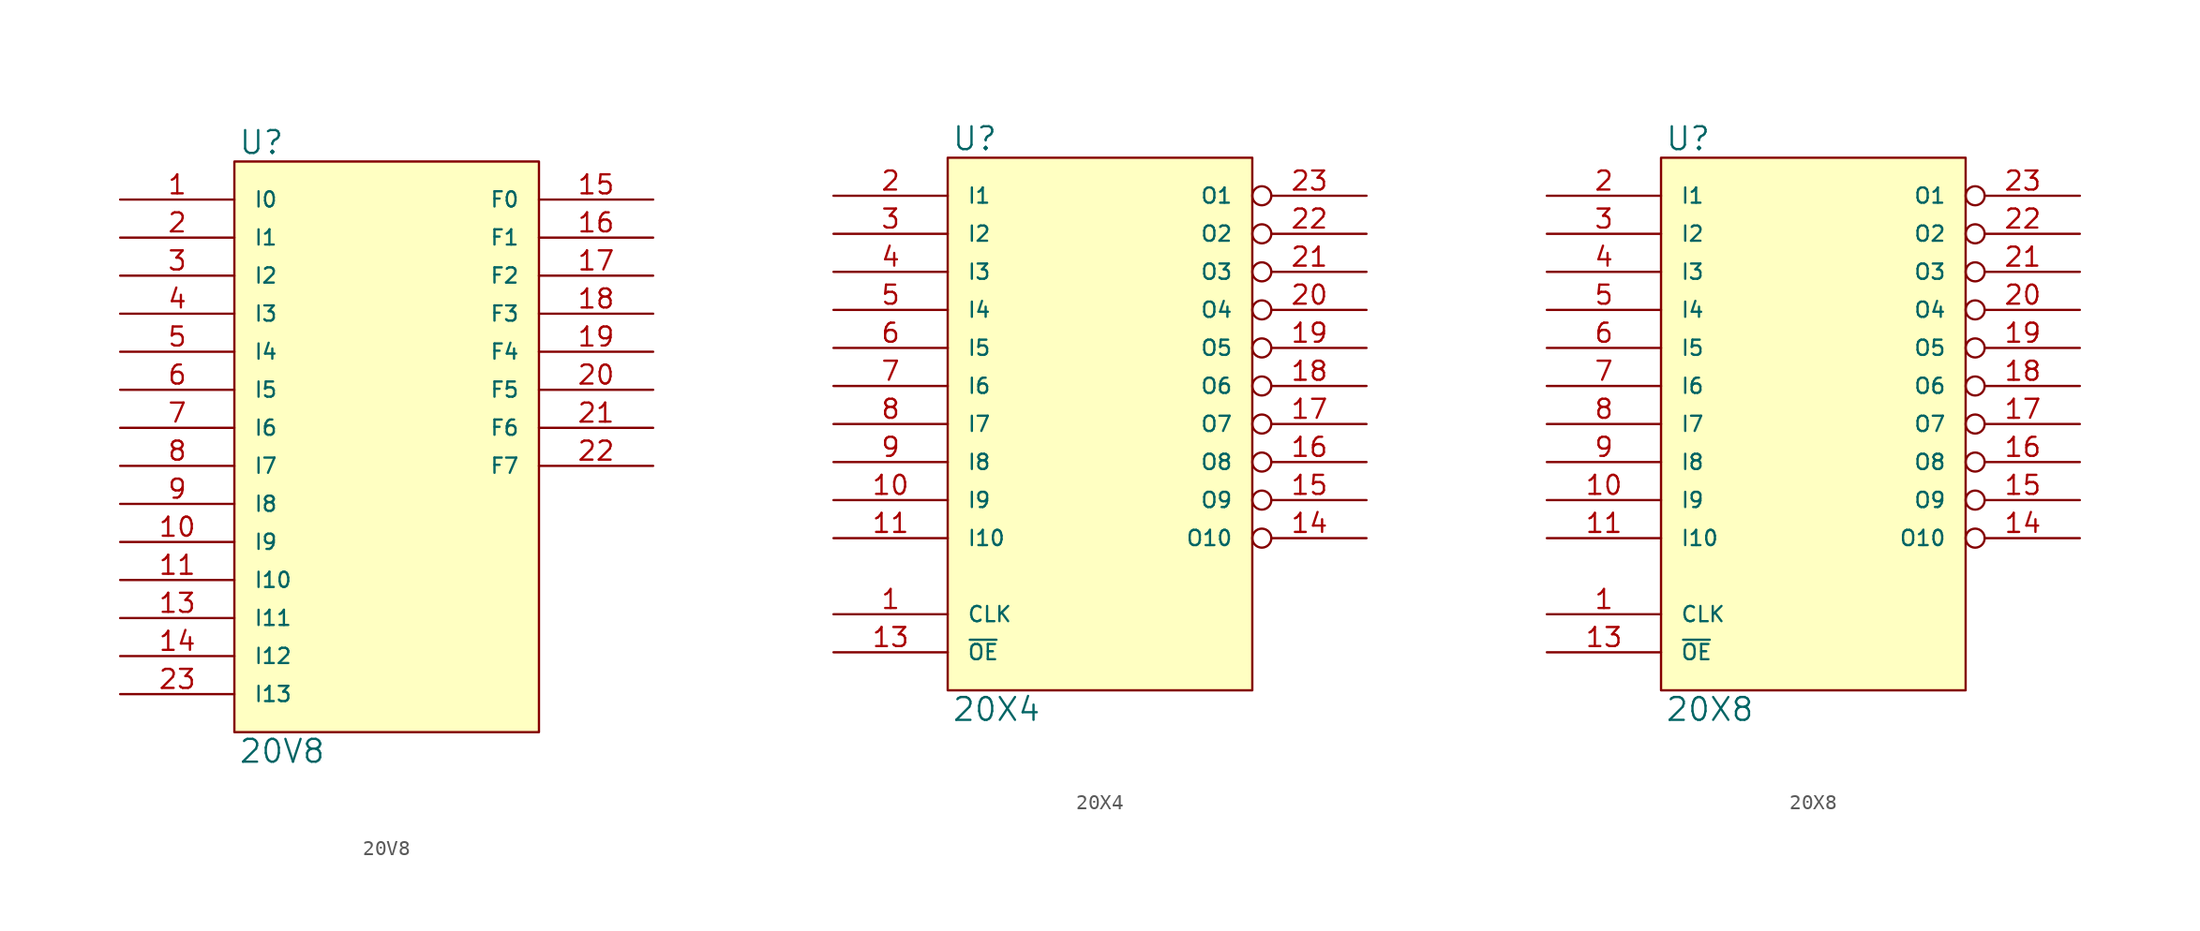
<source format=kicad_sym>
(kicad_symbol_lib
  (version 20231120)
  (generator "kicad_symbol_editor")
  (generator_version "8.0")
  (symbol "20V8"
    (pin_names
      (offset 1.27))
    (property "Reference" "U"
      (at 0.254 0.381 0)
      (effects (font (size 1.524 1.524)) (justify left bottom)))
    (property "Value" "20V8"
      (at 0.254 -38.481 0)
      (effects (font (size 1.524 1.524)) (justify left top)))
    (symbol "20V8_0_1"
      (rectangle (start 0 0) (end 20.32 -38.1) (stroke (width 0) (type solid)) (fill (type background))))
    (symbol "20V8_1_1"
      (pin input line (at -7.62 -2.54 0) (length 7.62) (name "I0" (effects (font (size 1.016 1.016)))) (number "1" (effects (font (size 1.27 1.27)))))
      (pin input line (at -7.62 -25.4 0) (length 7.62) (name "I9" (effects (font (size 1.016 1.016)))) (number "10" (effects (font (size 1.27 1.27)))))
      (pin input line (at -7.62 -27.94 0) (length 7.62) (name "I10" (effects (font (size 1.016 1.016)))) (number "11" (effects (font (size 1.27 1.27)))))
      (pin power_in line (at 0 -38.1 90) (length 0) hide (name "GND" (effects (font (size 1.016 1.016)))) (number "12" (effects (font (size 1.27 1.27)))))
      (pin input line (at -7.62 -30.48 0) (length 7.62) (name "I11" (effects (font (size 1.016 1.016)))) (number "13" (effects (font (size 1.27 1.27)))))
      (pin input line (at -7.62 -33.02 0) (length 7.62) (name "I12" (effects (font (size 1.016 1.016)))) (number "14" (effects (font (size 1.27 1.27)))))
      (pin bidirectional line (at 27.94 -2.54 180) (length 7.62) (name "F0" (effects (font (size 1.016 1.016)))) (number "15" (effects (font (size 1.27 1.27)))))
      (pin bidirectional line (at 27.94 -5.08 180) (length 7.62) (name "F1" (effects (font (size 1.016 1.016)))) (number "16" (effects (font (size 1.27 1.27)))))
      (pin bidirectional line (at 27.94 -7.62 180) (length 7.62) (name "F2" (effects (font (size 1.016 1.016)))) (number "17" (effects (font (size 1.27 1.27)))))
      (pin bidirectional line (at 27.94 -10.16 180) (length 7.62) (name "F3" (effects (font (size 1.016 1.016)))) (number "18" (effects (font (size 1.27 1.27)))))
      (pin bidirectional line (at 27.94 -12.7 180) (length 7.62) (name "F4" (effects (font (size 1.016 1.016)))) (number "19" (effects (font (size 1.27 1.27)))))
      (pin input line (at -7.62 -5.08 0) (length 7.62) (name "I1" (effects (font (size 1.016 1.016)))) (number "2" (effects (font (size 1.27 1.27)))))
      (pin bidirectional line (at 27.94 -15.24 180) (length 7.62) (name "F5" (effects (font (size 1.016 1.016)))) (number "20" (effects (font (size 1.27 1.27)))))
      (pin bidirectional line (at 27.94 -17.78 180) (length 7.62) (name "F6" (effects (font (size 1.016 1.016)))) (number "21" (effects (font (size 1.27 1.27)))))
      (pin bidirectional line (at 27.94 -20.32 180) (length 7.62) (name "F7" (effects (font (size 1.016 1.016)))) (number "22" (effects (font (size 1.27 1.27)))))
      (pin input line (at -7.62 -35.56 0) (length 7.62) (name "I13" (effects (font (size 1.016 1.016)))) (number "23" (effects (font (size 1.27 1.27)))))
      (pin power_in line (at 0 0 270) (length 0) hide (name "VCC" (effects (font (size 1.016 1.016)))) (number "24" (effects (font (size 1.27 1.27)))))
      (pin input line (at -7.62 -7.62 0) (length 7.62) (name "I2" (effects (font (size 1.016 1.016)))) (number "3" (effects (font (size 1.27 1.27)))))
      (pin input line (at -7.62 -10.16 0) (length 7.62) (name "I3" (effects (font (size 1.016 1.016)))) (number "4" (effects (font (size 1.27 1.27)))))
      (pin input line (at -7.62 -12.7 0) (length 7.62) (name "I4" (effects (font (size 1.016 1.016)))) (number "5" (effects (font (size 1.27 1.27)))))
      (pin input line (at -7.62 -15.24 0) (length 7.62) (name "I5" (effects (font (size 1.016 1.016)))) (number "6" (effects (font (size 1.27 1.27)))))
      (pin input line (at -7.62 -17.78 0) (length 7.62) (name "I6" (effects (font (size 1.016 1.016)))) (number "7" (effects (font (size 1.27 1.27)))))
      (pin input line (at -7.62 -20.32 0) (length 7.62) (name "I7" (effects (font (size 1.016 1.016)))) (number "8" (effects (font (size 1.27 1.27)))))
      (pin input line (at -7.62 -22.86 0) (length 7.62) (name "I8" (effects (font (size 1.016 1.016)))) (number "9" (effects (font (size 1.27 1.27)))))))
  (symbol "20X4"
    (pin_names
      (offset 1.27))
    (property "Reference" "U"
      (at 0.254 0.381 0)
      (effects (font (size 1.524 1.524)) (justify left bottom)))
    (property "Value" "20X4"
      (at 0.254 -35.941 0)
      (effects (font (size 1.524 1.524)) (justify left top)))
    (symbol "20X4_0_1"
      (rectangle (start 0 0) (end 20.32 -35.56) (stroke (width 0) (type solid)) (fill (type background))))
    (symbol "20X4_1_1"
      (pin input line (at -7.62 -30.48 0) (length 7.62) (name "CLK" (effects (font (size 1.016 1.016)))) (number "1" (effects (font (size 1.27 1.27)))))
      (pin input line (at -7.62 -22.86 0) (length 7.62) (name "I9" (effects (font (size 1.016 1.016)))) (number "10" (effects (font (size 1.27 1.27)))))
      (pin input line (at -7.62 -25.4 0) (length 7.62) (name "I10" (effects (font (size 1.016 1.016)))) (number "11" (effects (font (size 1.27 1.27)))))
      (pin power_in line (at 0 -35.56 90) (length 0) hide (name "GND" (effects (font (size 1.016 1.016)))) (number "12" (effects (font (size 1.27 1.27)))))
      (pin input line (at -7.62 -33.02 0) (length 7.62) (name "~{OE}" (effects (font (size 1.016 1.016)))) (number "13" (effects (font (size 1.27 1.27)))))
      (pin bidirectional inverted (at 27.94 -25.4 180) (length 7.62) (name "O10" (effects (font (size 1.016 1.016)))) (number "14" (effects (font (size 1.27 1.27)))))
      (pin bidirectional inverted (at 27.94 -22.86 180) (length 7.62) (name "O9" (effects (font (size 1.016 1.016)))) (number "15" (effects (font (size 1.27 1.27)))))
      (pin bidirectional inverted (at 27.94 -20.32 180) (length 7.62) (name "O8" (effects (font (size 1.016 1.016)))) (number "16" (effects (font (size 1.27 1.27)))))
      (pin tri_state inverted (at 27.94 -17.78 180) (length 7.62) (name "O7" (effects (font (size 1.016 1.016)))) (number "17" (effects (font (size 1.27 1.27)))))
      (pin tri_state inverted (at 27.94 -15.24 180) (length 7.62) (name "O6" (effects (font (size 1.016 1.016)))) (number "18" (effects (font (size 1.27 1.27)))))
      (pin tri_state inverted (at 27.94 -12.7 180) (length 7.62) (name "O5" (effects (font (size 1.016 1.016)))) (number "19" (effects (font (size 1.27 1.27)))))
      (pin input line (at -7.62 -2.54 0) (length 7.62) (name "I1" (effects (font (size 1.016 1.016)))) (number "2" (effects (font (size 1.27 1.27)))))
      (pin tri_state inverted (at 27.94 -10.16 180) (length 7.62) (name "O4" (effects (font (size 1.016 1.016)))) (number "20" (effects (font (size 1.27 1.27)))))
      (pin bidirectional inverted (at 27.94 -7.62 180) (length 7.62) (name "O3" (effects (font (size 1.016 1.016)))) (number "21" (effects (font (size 1.27 1.27)))))
      (pin bidirectional inverted (at 27.94 -5.08 180) (length 7.62) (name "O2" (effects (font (size 1.016 1.016)))) (number "22" (effects (font (size 1.27 1.27)))))
      (pin bidirectional inverted (at 27.94 -2.54 180) (length 7.62) (name "O1" (effects (font (size 1.016 1.016)))) (number "23" (effects (font (size 1.27 1.27)))))
      (pin power_in line (at 0 0 270) (length 0) hide (name "VCC" (effects (font (size 1.016 1.016)))) (number "24" (effects (font (size 1.27 1.27)))))
      (pin input line (at -7.62 -5.08 0) (length 7.62) (name "I2" (effects (font (size 1.016 1.016)))) (number "3" (effects (font (size 1.27 1.27)))))
      (pin input line (at -7.62 -7.62 0) (length 7.62) (name "I3" (effects (font (size 1.016 1.016)))) (number "4" (effects (font (size 1.27 1.27)))))
      (pin input line (at -7.62 -10.16 0) (length 7.62) (name "I4" (effects (font (size 1.016 1.016)))) (number "5" (effects (font (size 1.27 1.27)))))
      (pin input line (at -7.62 -12.7 0) (length 7.62) (name "I5" (effects (font (size 1.016 1.016)))) (number "6" (effects (font (size 1.27 1.27)))))
      (pin input line (at -7.62 -15.24 0) (length 7.62) (name "I6" (effects (font (size 1.016 1.016)))) (number "7" (effects (font (size 1.27 1.27)))))
      (pin input line (at -7.62 -17.78 0) (length 7.62) (name "I7" (effects (font (size 1.016 1.016)))) (number "8" (effects (font (size 1.27 1.27)))))
      (pin input line (at -7.62 -20.32 0) (length 7.62) (name "I8" (effects (font (size 1.016 1.016)))) (number "9" (effects (font (size 1.27 1.27)))))))
  (symbol "20X8"
    (pin_names
      (offset 1.27))
    (property "Reference" "U"
      (at 0.254 0.381 0)
      (effects (font (size 1.524 1.524)) (justify left bottom)))
    (property "Value" "20X8"
      (at 0.254 -35.941 0)
      (effects (font (size 1.524 1.524)) (justify left top)))
    (symbol "20X8_0_1"
      (rectangle (start 0 0) (end 20.32 -35.56) (stroke (width 0) (type solid)) (fill (type background))))
    (symbol "20X8_1_1"
      (pin input line (at -7.62 -30.48 0) (length 7.62) (name "CLK" (effects (font (size 1.016 1.016)))) (number "1" (effects (font (size 1.27 1.27)))))
      (pin input line (at -7.62 -22.86 0) (length 7.62) (name "I9" (effects (font (size 1.016 1.016)))) (number "10" (effects (font (size 1.27 1.27)))))
      (pin input line (at -7.62 -25.4 0) (length 7.62) (name "I10" (effects (font (size 1.016 1.016)))) (number "11" (effects (font (size 1.27 1.27)))))
      (pin power_in line (at 0 -35.56 90) (length 0) hide (name "GND" (effects (font (size 1.016 1.016)))) (number "12" (effects (font (size 1.27 1.27)))))
      (pin input line (at -7.62 -33.02 0) (length 7.62) (name "~{OE}" (effects (font (size 1.016 1.016)))) (number "13" (effects (font (size 1.27 1.27)))))
      (pin bidirectional inverted (at 27.94 -25.4 180) (length 7.62) (name "O10" (effects (font (size 1.016 1.016)))) (number "14" (effects (font (size 1.27 1.27)))))
      (pin tri_state inverted (at 27.94 -22.86 180) (length 7.62) (name "O9" (effects (font (size 1.016 1.016)))) (number "15" (effects (font (size 1.27 1.27)))))
      (pin tri_state inverted (at 27.94 -20.32 180) (length 7.62) (name "O8" (effects (font (size 1.016 1.016)))) (number "16" (effects (font (size 1.27 1.27)))))
      (pin tri_state inverted (at 27.94 -17.78 180) (length 7.62) (name "O7" (effects (font (size 1.016 1.016)))) (number "17" (effects (font (size 1.27 1.27)))))
      (pin tri_state inverted (at 27.94 -15.24 180) (length 7.62) (name "O6" (effects (font (size 1.016 1.016)))) (number "18" (effects (font (size 1.27 1.27)))))
      (pin tri_state inverted (at 27.94 -12.7 180) (length 7.62) (name "O5" (effects (font (size 1.016 1.016)))) (number "19" (effects (font (size 1.27 1.27)))))
      (pin input line (at -7.62 -2.54 0) (length 7.62) (name "I1" (effects (font (size 1.016 1.016)))) (number "2" (effects (font (size 1.27 1.27)))))
      (pin tri_state inverted (at 27.94 -10.16 180) (length 7.62) (name "O4" (effects (font (size 1.016 1.016)))) (number "20" (effects (font (size 1.27 1.27)))))
      (pin tri_state inverted (at 27.94 -7.62 180) (length 7.62) (name "O3" (effects (font (size 1.016 1.016)))) (number "21" (effects (font (size 1.27 1.27)))))
      (pin tri_state inverted (at 27.94 -5.08 180) (length 7.62) (name "O2" (effects (font (size 1.016 1.016)))) (number "22" (effects (font (size 1.27 1.27)))))
      (pin bidirectional inverted (at 27.94 -2.54 180) (length 7.62) (name "O1" (effects (font (size 1.016 1.016)))) (number "23" (effects (font (size 1.27 1.27)))))
      (pin power_in line (at 0 0 270) (length 0) hide (name "VCC" (effects (font (size 1.016 1.016)))) (number "24" (effects (font (size 1.27 1.27)))))
      (pin input line (at -7.62 -5.08 0) (length 7.62) (name "I2" (effects (font (size 1.016 1.016)))) (number "3" (effects (font (size 1.27 1.27)))))
      (pin input line (at -7.62 -7.62 0) (length 7.62) (name "I3" (effects (font (size 1.016 1.016)))) (number "4" (effects (font (size 1.27 1.27)))))
      (pin input line (at -7.62 -10.16 0) (length 7.62) (name "I4" (effects (font (size 1.016 1.016)))) (number "5" (effects (font (size 1.27 1.27)))))
      (pin input line (at -7.62 -12.7 0) (length 7.62) (name "I5" (effects (font (size 1.016 1.016)))) (number "6" (effects (font (size 1.27 1.27)))))
      (pin input line (at -7.62 -15.24 0) (length 7.62) (name "I6" (effects (font (size 1.016 1.016)))) (number "7" (effects (font (size 1.27 1.27)))))
      (pin input line (at -7.62 -17.78 0) (length 7.62) (name "I7" (effects (font (size 1.016 1.016)))) (number "8" (effects (font (size 1.27 1.27)))))
      (pin input line (at -7.62 -20.32 0) (length 7.62) (name "I8" (effects (font (size 1.016 1.016)))) (number "9" (effects (font (size 1.27 1.27))))))))
</source>
